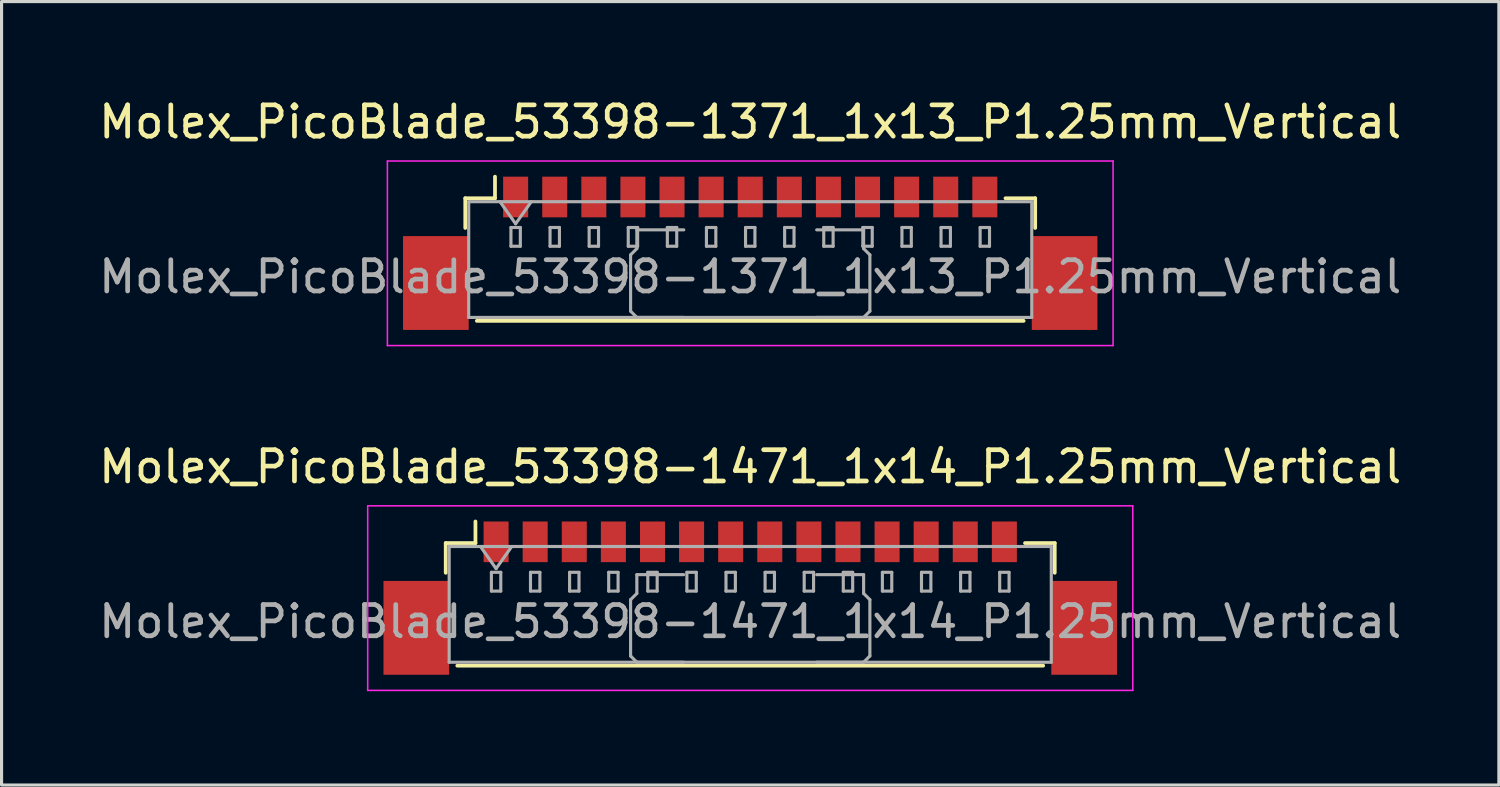
<source format=kicad_pcb>
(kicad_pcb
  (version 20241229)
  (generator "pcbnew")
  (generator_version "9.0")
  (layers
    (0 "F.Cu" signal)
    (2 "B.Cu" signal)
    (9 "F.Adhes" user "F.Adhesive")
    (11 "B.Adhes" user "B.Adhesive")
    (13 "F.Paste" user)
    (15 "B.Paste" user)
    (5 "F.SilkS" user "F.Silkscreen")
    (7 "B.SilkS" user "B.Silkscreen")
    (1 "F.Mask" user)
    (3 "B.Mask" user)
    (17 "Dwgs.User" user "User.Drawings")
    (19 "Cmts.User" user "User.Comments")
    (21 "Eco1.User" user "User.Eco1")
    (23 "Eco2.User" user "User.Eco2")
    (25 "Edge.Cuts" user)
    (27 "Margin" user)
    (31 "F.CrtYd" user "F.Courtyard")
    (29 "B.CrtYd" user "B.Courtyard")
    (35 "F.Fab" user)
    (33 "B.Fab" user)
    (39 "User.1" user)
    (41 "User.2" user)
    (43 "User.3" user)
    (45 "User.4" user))
  (footprint "Molex_PicoBlade_53398-1471_1x14_P1.25mm_Vertical"
    (layer "F.Cu")
    (at 20.935 16.072)
    (property "Reference" "Molex_PicoBlade_53398-1471_1x14_P1.25mm_Vertical" (at 0 -4.2 0) (layer "F.SilkS") (effects (font (size 1 1) (thickness 0.15))))
    (attr smd)
    (fp_line (start -9.735 -1.76) (end -8.785 -1.76) (stroke (width 0.12) (type solid)) (layer "F.SilkS"))
    (fp_line (start -9.735 -0.81) (end -9.735 -1.76) (stroke (width 0.12) (type solid)) (layer "F.SilkS"))
    (fp_line (start -9.365 2.16) (end 9.365 2.16) (stroke (width 0.12) (type solid)) (layer "F.SilkS"))
    (fp_line (start -8.785 -1.76) (end -8.785 -2.45) (stroke (width 0.12) (type solid)) (layer "F.SilkS"))
    (fp_line (start 9.735 -1.76) (end 8.785 -1.76) (stroke (width 0.12) (type solid)) (layer "F.SilkS"))
    (fp_line (start 9.735 -0.81) (end 9.735 -1.76) (stroke (width 0.12) (type solid)) (layer "F.SilkS"))
    (fp_line (start -12.23 -2.95) (end -12.23 2.95) (stroke (width 0.05) (type solid)) (layer "F.CrtYd"))
    (fp_line (start -12.23 2.95) (end 12.23 2.95) (stroke (width 0.05) (type solid)) (layer "F.CrtYd"))
    (fp_line (start 12.23 -2.95) (end -12.23 -2.95) (stroke (width 0.05) (type solid)) (layer "F.CrtYd"))
    (fp_line (start 12.23 2.95) (end 12.23 -2.95) (stroke (width 0.05) (type solid)) (layer "F.CrtYd"))
    (fp_line (start -9.625 -1.65) (end -9.625 2.05) (stroke (width 0.1) (type solid)) (layer "F.Fab"))
    (fp_line (start -9.625 -1.65) (end 9.625 -1.65) (stroke (width 0.1) (type solid)) (layer "F.Fab"))
    (fp_line (start -9.625 2.05) (end 9.625 2.05) (stroke (width 0.1) (type solid)) (layer "F.Fab"))
    (fp_line (start -8.625 -1.65) (end -8.125 -0.943) (stroke (width 0.1) (type solid)) (layer "F.Fab"))
    (fp_line (start -8.275 -0.825) (end -8.275 -0.225) (stroke (width 0.1) (type solid)) (layer "F.Fab"))
    (fp_line (start -8.275 -0.225) (end -7.975 -0.225) (stroke (width 0.1) (type solid)) (layer "F.Fab"))
    (fp_line (start -8.125 -0.943) (end -7.625 -1.65) (stroke (width 0.1) (type solid)) (layer "F.Fab"))
    (fp_line (start -7.975 -0.825) (end -8.275 -0.825) (stroke (width 0.1) (type solid)) (layer "F.Fab"))
    (fp_line (start -7.975 -0.225) (end -7.975 -0.825) (stroke (width 0.1) (type solid)) (layer "F.Fab"))
    (fp_line (start -7.025 -0.825) (end -7.025 -0.225) (stroke (width 0.1) (type solid)) (layer "F.Fab"))
    (fp_line (start -7.025 -0.225) (end -6.725 -0.225) (stroke (width 0.1) (type solid)) (layer "F.Fab"))
    (fp_line (start -6.725 -0.825) (end -7.025 -0.825) (stroke (width 0.1) (type solid)) (layer "F.Fab"))
    (fp_line (start -6.725 -0.225) (end -6.725 -0.825) (stroke (width 0.1) (type solid)) (layer "F.Fab"))
    (fp_line (start -5.775 -0.825) (end -5.775 -0.225) (stroke (width 0.1) (type solid)) (layer "F.Fab"))
    (fp_line (start -5.775 -0.225) (end -5.475 -0.225) (stroke (width 0.1) (type solid)) (layer "F.Fab"))
    (fp_line (start -5.475 -0.825) (end -5.775 -0.825) (stroke (width 0.1) (type solid)) (layer "F.Fab"))
    (fp_line (start -5.475 -0.225) (end -5.475 -0.825) (stroke (width 0.1) (type solid)) (layer "F.Fab"))
    (fp_line (start -4.525 -0.825) (end -4.525 -0.225) (stroke (width 0.1) (type solid)) (layer "F.Fab"))
    (fp_line (start -4.525 -0.225) (end -4.225 -0.225) (stroke (width 0.1) (type solid)) (layer "F.Fab"))
    (fp_line (start -4.225 -0.825) (end -4.525 -0.825) (stroke (width 0.1) (type solid)) (layer "F.Fab"))
    (fp_line (start -4.225 -0.225) (end -4.225 -0.825) (stroke (width 0.1) (type solid)) (layer "F.Fab"))
    (fp_line (start -3.825 0.05) (end -3.625 -0.15) (stroke (width 0.1) (type solid)) (layer "F.Fab"))
    (fp_line (start -3.825 1.85) (end -3.825 0.05) (stroke (width 0.1) (type solid)) (layer "F.Fab"))
    (fp_line (start -3.625 -0.75) (end -2.125 -0.75) (stroke (width 0.1) (type solid)) (layer "F.Fab"))
    (fp_line (start -3.625 -0.15) (end -3.625 -0.75) (stroke (width 0.1) (type solid)) (layer "F.Fab"))
    (fp_line (start -3.625 2.05) (end -3.825 1.85) (stroke (width 0.1) (type solid)) (layer "F.Fab"))
    (fp_line (start -3.275 -0.825) (end -3.275 -0.225) (stroke (width 0.1) (type solid)) (layer "F.Fab"))
    (fp_line (start -3.275 -0.225) (end -2.975 -0.225) (stroke (width 0.1) (type solid)) (layer "F.Fab"))
    (fp_line (start -2.975 -0.825) (end -3.275 -0.825) (stroke (width 0.1) (type solid)) (layer "F.Fab"))
    (fp_line (start -2.975 -0.225) (end -2.975 -0.825) (stroke (width 0.1) (type solid)) (layer "F.Fab"))
    (fp_line (start -2.125 2.05) (end -3.625 2.05) (stroke (width 0.1) (type solid)) (layer "F.Fab"))
    (fp_line (start -2.025 -0.825) (end -2.025 -0.225) (stroke (width 0.1) (type solid)) (layer "F.Fab"))
    (fp_line (start -2.025 -0.225) (end -1.725 -0.225) (stroke (width 0.1) (type solid)) (layer "F.Fab"))
    (fp_line (start -1.725 -0.825) (end -2.025 -0.825) (stroke (width 0.1) (type solid)) (layer "F.Fab"))
    (fp_line (start -1.725 -0.225) (end -1.725 -0.825) (stroke (width 0.1) (type solid)) (layer "F.Fab"))
    (fp_line (start -0.775 -0.825) (end -0.775 -0.225) (stroke (width 0.1) (type solid)) (layer "F.Fab"))
    (fp_line (start -0.775 -0.225) (end -0.475 -0.225) (stroke (width 0.1) (type solid)) (layer "F.Fab"))
    (fp_line (start -0.475 -0.825) (end -0.775 -0.825) (stroke (width 0.1) (type solid)) (layer "F.Fab"))
    (fp_line (start -0.475 -0.225) (end -0.475 -0.825) (stroke (width 0.1) (type solid)) (layer "F.Fab"))
    (fp_line (start 0.475 -0.825) (end 0.475 -0.225) (stroke (width 0.1) (type solid)) (layer "F.Fab"))
    (fp_line (start 0.475 -0.225) (end 0.775 -0.225) (stroke (width 0.1) (type solid)) (layer "F.Fab"))
    (fp_line (start 0.775 -0.825) (end 0.475 -0.825) (stroke (width 0.1) (type solid)) (layer "F.Fab"))
    (fp_line (start 0.775 -0.225) (end 0.775 -0.825) (stroke (width 0.1) (type solid)) (layer "F.Fab"))
    (fp_line (start 1.725 -0.825) (end 1.725 -0.225) (stroke (width 0.1) (type solid)) (layer "F.Fab"))
    (fp_line (start 1.725 -0.225) (end 2.025 -0.225) (stroke (width 0.1) (type solid)) (layer "F.Fab"))
    (fp_line (start 2.025 -0.825) (end 1.725 -0.825) (stroke (width 0.1) (type solid)) (layer "F.Fab"))
    (fp_line (start 2.025 -0.225) (end 2.025 -0.825) (stroke (width 0.1) (type solid)) (layer "F.Fab"))
    (fp_line (start 2.125 2.05) (end 3.625 2.05) (stroke (width 0.1) (type solid)) (layer "F.Fab"))
    (fp_line (start 2.975 -0.825) (end 2.975 -0.225) (stroke (width 0.1) (type solid)) (layer "F.Fab"))
    (fp_line (start 2.975 -0.225) (end 3.275 -0.225) (stroke (width 0.1) (type solid)) (layer "F.Fab"))
    (fp_line (start 3.275 -0.825) (end 2.975 -0.825) (stroke (width 0.1) (type solid)) (layer "F.Fab"))
    (fp_line (start 3.275 -0.225) (end 3.275 -0.825) (stroke (width 0.1) (type solid)) (layer "F.Fab"))
    (fp_line (start 3.625 -0.75) (end 2.125 -0.75) (stroke (width 0.1) (type solid)) (layer "F.Fab"))
    (fp_line (start 3.625 -0.15) (end 3.625 -0.75) (stroke (width 0.1) (type solid)) (layer "F.Fab"))
    (fp_line (start 3.625 2.05) (end 3.825 1.85) (stroke (width 0.1) (type solid)) (layer "F.Fab"))
    (fp_line (start 3.825 0.05) (end 3.625 -0.15) (stroke (width 0.1) (type solid)) (layer "F.Fab"))
    (fp_line (start 3.825 1.85) (end 3.825 0.05) (stroke (width 0.1) (type solid)) (layer "F.Fab"))
    (fp_line (start 4.225 -0.825) (end 4.225 -0.225) (stroke (width 0.1) (type solid)) (layer "F.Fab"))
    (fp_line (start 4.225 -0.225) (end 4.525 -0.225) (stroke (width 0.1) (type solid)) (layer "F.Fab"))
    (fp_line (start 4.525 -0.825) (end 4.225 -0.825) (stroke (width 0.1) (type solid)) (layer "F.Fab"))
    (fp_line (start 4.525 -0.225) (end 4.525 -0.825) (stroke (width 0.1) (type solid)) (layer "F.Fab"))
    (fp_line (start 5.475 -0.825) (end 5.475 -0.225) (stroke (width 0.1) (type solid)) (layer "F.Fab"))
    (fp_line (start 5.475 -0.225) (end 5.775 -0.225) (stroke (width 0.1) (type solid)) (layer "F.Fab"))
    (fp_line (start 5.775 -0.825) (end 5.475 -0.825) (stroke (width 0.1) (type solid)) (layer "F.Fab"))
    (fp_line (start 5.775 -0.225) (end 5.775 -0.825) (stroke (width 0.1) (type solid)) (layer "F.Fab"))
    (fp_line (start 6.725 -0.825) (end 6.725 -0.225) (stroke (width 0.1) (type solid)) (layer "F.Fab"))
    (fp_line (start 6.725 -0.225) (end 7.025 -0.225) (stroke (width 0.1) (type solid)) (layer "F.Fab"))
    (fp_line (start 7.025 -0.825) (end 6.725 -0.825) (stroke (width 0.1) (type solid)) (layer "F.Fab"))
    (fp_line (start 7.025 -0.225) (end 7.025 -0.825) (stroke (width 0.1) (type solid)) (layer "F.Fab"))
    (fp_line (start 7.975 -0.825) (end 7.975 -0.225) (stroke (width 0.1) (type solid)) (layer "F.Fab"))
    (fp_line (start 7.975 -0.225) (end 8.275 -0.225) (stroke (width 0.1) (type solid)) (layer "F.Fab"))
    (fp_line (start 8.275 -0.825) (end 7.975 -0.825) (stroke (width 0.1) (type solid)) (layer "F.Fab"))
    (fp_line (start 8.275 -0.225) (end 8.275 -0.825) (stroke (width 0.1) (type solid)) (layer "F.Fab"))
    (fp_line (start 9.625 -1.65) (end 9.625 2.05) (stroke (width 0.1) (type solid)) (layer "F.Fab"))
    (fp_text user "${REFERENCE}" (at 0 0.75 0) (layer "F.Fab") (effects (font (size 1 1) (thickness 0.15))))
    (pad "" smd rect (at -10.675 0.95) (size 2.1 3) (layers "F.Cu" "F.Mask" "F.Paste"))
    (pad "" smd rect (at 10.675 0.95) (size 2.1 3) (layers "F.Cu" "F.Mask" "F.Paste"))
    (pad "1" smd rect (at -8.125 -1.8) (size 0.8 1.3) (layers "F.Cu" "F.Mask" "F.Paste"))
    (pad "2" smd rect (at -6.875 -1.8) (size 0.8 1.3) (layers "F.Cu" "F.Mask" "F.Paste"))
    (pad "3" smd rect (at -5.625 -1.8) (size 0.8 1.3) (layers "F.Cu" "F.Mask" "F.Paste"))
    (pad "4" smd rect (at -4.375 -1.8) (size 0.8 1.3) (layers "F.Cu" "F.Mask" "F.Paste"))
    (pad "5" smd rect (at -3.125 -1.8) (size 0.8 1.3) (layers "F.Cu" "F.Mask" "F.Paste"))
    (pad "6" smd rect (at -1.875 -1.8) (size 0.8 1.3) (layers "F.Cu" "F.Mask" "F.Paste"))
    (pad "7" smd rect (at -0.625 -1.8) (size 0.8 1.3) (layers "F.Cu" "F.Mask" "F.Paste"))
    (pad "8" smd rect (at 0.625 -1.8) (size 0.8 1.3) (layers "F.Cu" "F.Mask" "F.Paste"))
    (pad "9" smd rect (at 1.875 -1.8) (size 0.8 1.3) (layers "F.Cu" "F.Mask" "F.Paste"))
    (pad "10" smd rect (at 3.125 -1.8) (size 0.8 1.3) (layers "F.Cu" "F.Mask" "F.Paste"))
    (pad "11" smd rect (at 4.375 -1.8) (size 0.8 1.3) (layers "F.Cu" "F.Mask" "F.Paste"))
    (pad "12" smd rect (at 5.625 -1.8) (size 0.8 1.3) (layers "F.Cu" "F.Mask" "F.Paste"))
    (pad "13" smd rect (at 6.875 -1.8) (size 0.8 1.3) (layers "F.Cu" "F.Mask" "F.Paste"))
    (pad "14" smd rect (at 8.125 -1.8) (size 0.8 1.3) (layers "F.Cu" "F.Mask" "F.Paste")))
  (footprint "Molex_PicoBlade_53398-1371_1x13_P1.25mm_Vertical"
    (layer "F.Cu")
    (at 20.935 5.048)
    (property "Reference" "Molex_PicoBlade_53398-1371_1x13_P1.25mm_Vertical" (at 0 -4.2 0) (layer "F.SilkS") (effects (font (size 1 1) (thickness 0.15))))
    (attr smd)
    (fp_line (start -9.11 -1.76) (end -8.16 -1.76) (stroke (width 0.12) (type solid)) (layer "F.SilkS"))
    (fp_line (start -9.11 -0.81) (end -9.11 -1.76) (stroke (width 0.12) (type solid)) (layer "F.SilkS"))
    (fp_line (start -8.74 2.16) (end 8.74 2.16) (stroke (width 0.12) (type solid)) (layer "F.SilkS"))
    (fp_line (start -8.16 -1.76) (end -8.16 -2.45) (stroke (width 0.12) (type solid)) (layer "F.SilkS"))
    (fp_line (start 9.11 -1.76) (end 8.16 -1.76) (stroke (width 0.12) (type solid)) (layer "F.SilkS"))
    (fp_line (start 9.11 -0.81) (end 9.11 -1.76) (stroke (width 0.12) (type solid)) (layer "F.SilkS"))
    (fp_line (start -11.6 -2.95) (end -11.6 2.95) (stroke (width 0.05) (type solid)) (layer "F.CrtYd"))
    (fp_line (start -11.6 2.95) (end 11.6 2.95) (stroke (width 0.05) (type solid)) (layer "F.CrtYd"))
    (fp_line (start 11.6 -2.95) (end -11.6 -2.95) (stroke (width 0.05) (type solid)) (layer "F.CrtYd"))
    (fp_line (start 11.6 2.95) (end 11.6 -2.95) (stroke (width 0.05) (type solid)) (layer "F.CrtYd"))
    (fp_line (start -9 -1.65) (end -9 2.05) (stroke (width 0.1) (type solid)) (layer "F.Fab"))
    (fp_line (start -9 -1.65) (end 9 -1.65) (stroke (width 0.1) (type solid)) (layer "F.Fab"))
    (fp_line (start -9 2.05) (end 9 2.05) (stroke (width 0.1) (type solid)) (layer "F.Fab"))
    (fp_line (start -8 -1.65) (end -7.5 -0.943) (stroke (width 0.1) (type solid)) (layer "F.Fab"))
    (fp_line (start -7.65 -0.825) (end -7.65 -0.225) (stroke (width 0.1) (type solid)) (layer "F.Fab"))
    (fp_line (start -7.65 -0.225) (end -7.35 -0.225) (stroke (width 0.1) (type solid)) (layer "F.Fab"))
    (fp_line (start -7.5 -0.943) (end -7 -1.65) (stroke (width 0.1) (type solid)) (layer "F.Fab"))
    (fp_line (start -7.35 -0.825) (end -7.65 -0.825) (stroke (width 0.1) (type solid)) (layer "F.Fab"))
    (fp_line (start -7.35 -0.225) (end -7.35 -0.825) (stroke (width 0.1) (type solid)) (layer "F.Fab"))
    (fp_line (start -6.4 -0.825) (end -6.4 -0.225) (stroke (width 0.1) (type solid)) (layer "F.Fab"))
    (fp_line (start -6.4 -0.225) (end -6.1 -0.225) (stroke (width 0.1) (type solid)) (layer "F.Fab"))
    (fp_line (start -6.1 -0.825) (end -6.4 -0.825) (stroke (width 0.1) (type solid)) (layer "F.Fab"))
    (fp_line (start -6.1 -0.225) (end -6.1 -0.825) (stroke (width 0.1) (type solid)) (layer "F.Fab"))
    (fp_line (start -5.15 -0.825) (end -5.15 -0.225) (stroke (width 0.1) (type solid)) (layer "F.Fab"))
    (fp_line (start -5.15 -0.225) (end -4.85 -0.225) (stroke (width 0.1) (type solid)) (layer "F.Fab"))
    (fp_line (start -4.85 -0.825) (end -5.15 -0.825) (stroke (width 0.1) (type solid)) (layer "F.Fab"))
    (fp_line (start -4.85 -0.225) (end -4.85 -0.825) (stroke (width 0.1) (type solid)) (layer "F.Fab"))
    (fp_line (start -3.9 -0.825) (end -3.9 -0.225) (stroke (width 0.1) (type solid)) (layer "F.Fab"))
    (fp_line (start -3.9 -0.225) (end -3.6 -0.225) (stroke (width 0.1) (type solid)) (layer "F.Fab"))
    (fp_line (start -3.825 0.05) (end -3.625 -0.15) (stroke (width 0.1) (type solid)) (layer "F.Fab"))
    (fp_line (start -3.825 1.85) (end -3.825 0.05) (stroke (width 0.1) (type solid)) (layer "F.Fab"))
    (fp_line (start -3.625 -0.75) (end -2.125 -0.75) (stroke (width 0.1) (type solid)) (layer "F.Fab"))
    (fp_line (start -3.625 -0.15) (end -3.625 -0.75) (stroke (width 0.1) (type solid)) (layer "F.Fab"))
    (fp_line (start -3.625 2.05) (end -3.825 1.85) (stroke (width 0.1) (type solid)) (layer "F.Fab"))
    (fp_line (start -3.6 -0.825) (end -3.9 -0.825) (stroke (width 0.1) (type solid)) (layer "F.Fab"))
    (fp_line (start -3.6 -0.225) (end -3.6 -0.825) (stroke (width 0.1) (type solid)) (layer "F.Fab"))
    (fp_line (start -2.65 -0.825) (end -2.65 -0.225) (stroke (width 0.1) (type solid)) (layer "F.Fab"))
    (fp_line (start -2.65 -0.225) (end -2.35 -0.225) (stroke (width 0.1) (type solid)) (layer "F.Fab"))
    (fp_line (start -2.35 -0.825) (end -2.65 -0.825) (stroke (width 0.1) (type solid)) (layer "F.Fab"))
    (fp_line (start -2.35 -0.225) (end -2.35 -0.825) (stroke (width 0.1) (type solid)) (layer "F.Fab"))
    (fp_line (start -2.125 2.05) (end -3.625 2.05) (stroke (width 0.1) (type solid)) (layer "F.Fab"))
    (fp_line (start -1.4 -0.825) (end -1.4 -0.225) (stroke (width 0.1) (type solid)) (layer "F.Fab"))
    (fp_line (start -1.4 -0.225) (end -1.1 -0.225) (stroke (width 0.1) (type solid)) (layer "F.Fab"))
    (fp_line (start -1.1 -0.825) (end -1.4 -0.825) (stroke (width 0.1) (type solid)) (layer "F.Fab"))
    (fp_line (start -1.1 -0.225) (end -1.1 -0.825) (stroke (width 0.1) (type solid)) (layer "F.Fab"))
    (fp_line (start -0.15 -0.825) (end -0.15 -0.225) (stroke (width 0.1) (type solid)) (layer "F.Fab"))
    (fp_line (start -0.15 -0.225) (end 0.15 -0.225) (stroke (width 0.1) (type solid)) (layer "F.Fab"))
    (fp_line (start 0.15 -0.825) (end -0.15 -0.825) (stroke (width 0.1) (type solid)) (layer "F.Fab"))
    (fp_line (start 0.15 -0.225) (end 0.15 -0.825) (stroke (width 0.1) (type solid)) (layer "F.Fab"))
    (fp_line (start 1.1 -0.825) (end 1.1 -0.225) (stroke (width 0.1) (type solid)) (layer "F.Fab"))
    (fp_line (start 1.1 -0.225) (end 1.4 -0.225) (stroke (width 0.1) (type solid)) (layer "F.Fab"))
    (fp_line (start 1.4 -0.825) (end 1.1 -0.825) (stroke (width 0.1) (type solid)) (layer "F.Fab"))
    (fp_line (start 1.4 -0.225) (end 1.4 -0.825) (stroke (width 0.1) (type solid)) (layer "F.Fab"))
    (fp_line (start 2.125 2.05) (end 3.625 2.05) (stroke (width 0.1) (type solid)) (layer "F.Fab"))
    (fp_line (start 2.35 -0.825) (end 2.35 -0.225) (stroke (width 0.1) (type solid)) (layer "F.Fab"))
    (fp_line (start 2.35 -0.225) (end 2.65 -0.225) (stroke (width 0.1) (type solid)) (layer "F.Fab"))
    (fp_line (start 2.65 -0.825) (end 2.35 -0.825) (stroke (width 0.1) (type solid)) (layer "F.Fab"))
    (fp_line (start 2.65 -0.225) (end 2.65 -0.825) (stroke (width 0.1) (type solid)) (layer "F.Fab"))
    (fp_line (start 3.6 -0.825) (end 3.6 -0.225) (stroke (width 0.1) (type solid)) (layer "F.Fab"))
    (fp_line (start 3.6 -0.225) (end 3.9 -0.225) (stroke (width 0.1) (type solid)) (layer "F.Fab"))
    (fp_line (start 3.625 -0.75) (end 2.125 -0.75) (stroke (width 0.1) (type solid)) (layer "F.Fab"))
    (fp_line (start 3.625 -0.15) (end 3.625 -0.75) (stroke (width 0.1) (type solid)) (layer "F.Fab"))
    (fp_line (start 3.625 2.05) (end 3.825 1.85) (stroke (width 0.1) (type solid)) (layer "F.Fab"))
    (fp_line (start 3.825 0.05) (end 3.625 -0.15) (stroke (width 0.1) (type solid)) (layer "F.Fab"))
    (fp_line (start 3.825 1.85) (end 3.825 0.05) (stroke (width 0.1) (type solid)) (layer "F.Fab"))
    (fp_line (start 3.9 -0.825) (end 3.6 -0.825) (stroke (width 0.1) (type solid)) (layer "F.Fab"))
    (fp_line (start 3.9 -0.225) (end 3.9 -0.825) (stroke (width 0.1) (type solid)) (layer "F.Fab"))
    (fp_line (start 4.85 -0.825) (end 4.85 -0.225) (stroke (width 0.1) (type solid)) (layer "F.Fab"))
    (fp_line (start 4.85 -0.225) (end 5.15 -0.225) (stroke (width 0.1) (type solid)) (layer "F.Fab"))
    (fp_line (start 5.15 -0.825) (end 4.85 -0.825) (stroke (width 0.1) (type solid)) (layer "F.Fab"))
    (fp_line (start 5.15 -0.225) (end 5.15 -0.825) (stroke (width 0.1) (type solid)) (layer "F.Fab"))
    (fp_line (start 6.1 -0.825) (end 6.1 -0.225) (stroke (width 0.1) (type solid)) (layer "F.Fab"))
    (fp_line (start 6.1 -0.225) (end 6.4 -0.225) (stroke (width 0.1) (type solid)) (layer "F.Fab"))
    (fp_line (start 6.4 -0.825) (end 6.1 -0.825) (stroke (width 0.1) (type solid)) (layer "F.Fab"))
    (fp_line (start 6.4 -0.225) (end 6.4 -0.825) (stroke (width 0.1) (type solid)) (layer "F.Fab"))
    (fp_line (start 7.35 -0.825) (end 7.35 -0.225) (stroke (width 0.1) (type solid)) (layer "F.Fab"))
    (fp_line (start 7.35 -0.225) (end 7.65 -0.225) (stroke (width 0.1) (type solid)) (layer "F.Fab"))
    (fp_line (start 7.65 -0.825) (end 7.35 -0.825) (stroke (width 0.1) (type solid)) (layer "F.Fab"))
    (fp_line (start 7.65 -0.225) (end 7.65 -0.825) (stroke (width 0.1) (type solid)) (layer "F.Fab"))
    (fp_line (start 9 -1.65) (end 9 2.05) (stroke (width 0.1) (type solid)) (layer "F.Fab"))
    (fp_text user "${REFERENCE}" (at 0 0.75 0) (layer "F.Fab") (effects (font (size 1 1) (thickness 0.15))))
    (pad "" smd rect (at -10.05 0.95) (size 2.1 3) (layers "F.Cu" "F.Mask" "F.Paste"))
    (pad "" smd rect (at 10.05 0.95) (size 2.1 3) (layers "F.Cu" "F.Mask" "F.Paste"))
    (pad "1" smd rect (at -7.5 -1.8) (size 0.8 1.3) (layers "F.Cu" "F.Mask" "F.Paste"))
    (pad "2" smd rect (at -6.25 -1.8) (size 0.8 1.3) (layers "F.Cu" "F.Mask" "F.Paste"))
    (pad "3" smd rect (at -5 -1.8) (size 0.8 1.3) (layers "F.Cu" "F.Mask" "F.Paste"))
    (pad "4" smd rect (at -3.75 -1.8) (size 0.8 1.3) (layers "F.Cu" "F.Mask" "F.Paste"))
    (pad "5" smd rect (at -2.5 -1.8) (size 0.8 1.3) (layers "F.Cu" "F.Mask" "F.Paste"))
    (pad "6" smd rect (at -1.25 -1.8) (size 0.8 1.3) (layers "F.Cu" "F.Mask" "F.Paste"))
    (pad "7" smd rect (at 0 -1.8) (size 0.8 1.3) (layers "F.Cu" "F.Mask" "F.Paste"))
    (pad "8" smd rect (at 1.25 -1.8) (size 0.8 1.3) (layers "F.Cu" "F.Mask" "F.Paste"))
    (pad "9" smd rect (at 2.5 -1.8) (size 0.8 1.3) (layers "F.Cu" "F.Mask" "F.Paste"))
    (pad "10" smd rect (at 3.75 -1.8) (size 0.8 1.3) (layers "F.Cu" "F.Mask" "F.Paste"))
    (pad "11" smd rect (at 5 -1.8) (size 0.8 1.3) (layers "F.Cu" "F.Mask" "F.Paste"))
    (pad "12" smd rect (at 6.25 -1.8) (size 0.8 1.3) (layers "F.Cu" "F.Mask" "F.Paste"))
    (pad "13" smd rect (at 7.5 -1.8) (size 0.8 1.3) (layers "F.Cu" "F.Mask" "F.Paste")))
  (gr_rect
    (start -3 -3)
    (end 44.869 22.047)
    (stroke (width 0.1) (type default))
    (fill no)
    (layer "Edge.Cuts")))
</source>
